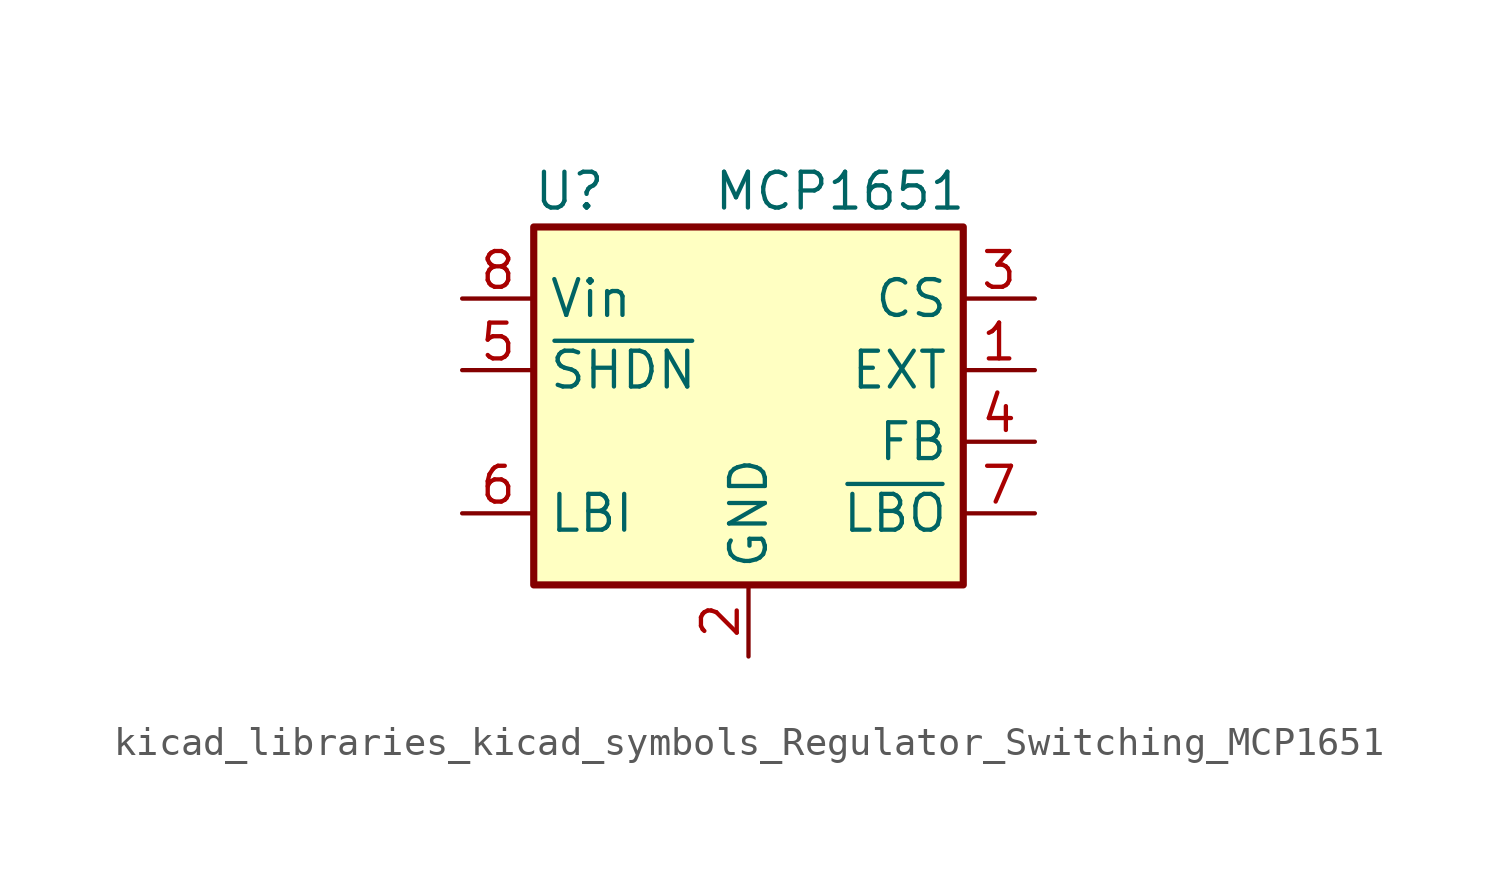
<source format=kicad_sym>
(kicad_symbol_lib
  (version 20220914)
  (generator kicad_symbol_editor)
  (symbol "kicad_libraries_kicad_symbols_Regulator_Switching_MCP1651"
    (property "Reference" "U"
      (at -6.35 6.35 0)
      (effects (font (size 1.27 1.27))))
    (property "Value" "MCP1651"
      (at -1.27 6.35 0)
      (effects (font (size 1.27 1.27)) (justify left)))
    (symbol "kicad_libraries_kicad_symbols_Regulator_Switching_MCP1651_0_1"
      (rectangle (start -7.62 5.08) (end 7.62 -7.62) (stroke (width 0.254) (type default)) (fill (type background))))
    (symbol "kicad_libraries_kicad_symbols_Regulator_Switching_MCP1651_1_1"
      (pin open_emitter line (at 10.16 0 180) (length 2.54) (name "EXT" (effects (font (size 1.27 1.27)))) (number "1" (effects (font (size 1.27 1.27)))))
      (pin power_in line (at 0 -10.16 90) (length 2.54) (name "GND" (effects (font (size 1.27 1.27)))) (number "2" (effects (font (size 1.27 1.27)))))
      (pin input line (at 10.16 2.54 180) (length 2.54) (name "CS" (effects (font (size 1.27 1.27)))) (number "3" (effects (font (size 1.27 1.27)))))
      (pin input line (at 10.16 -2.54 180) (length 2.54) (name "FB" (effects (font (size 1.27 1.27)))) (number "4" (effects (font (size 1.27 1.27)))))
      (pin input line (at -10.16 0 0) (length 2.54) (name "~{SHDN}" (effects (font (size 1.27 1.27)))) (number "5" (effects (font (size 1.27 1.27)))))
      (pin input line (at -10.16 -5.08 0) (length 2.54) (name "LBI" (effects (font (size 1.27 1.27)))) (number "6" (effects (font (size 1.27 1.27)))))
      (pin output line (at 10.16 -5.08 180) (length 2.54) (name "~{LBO}" (effects (font (size 1.27 1.27)))) (number "7" (effects (font (size 1.27 1.27)))))
      (pin power_in line (at -10.16 2.54 0) (length 2.54) (name "Vin" (effects (font (size 1.27 1.27)))) (number "8" (effects (font (size 1.27 1.27))))))))
</source>
